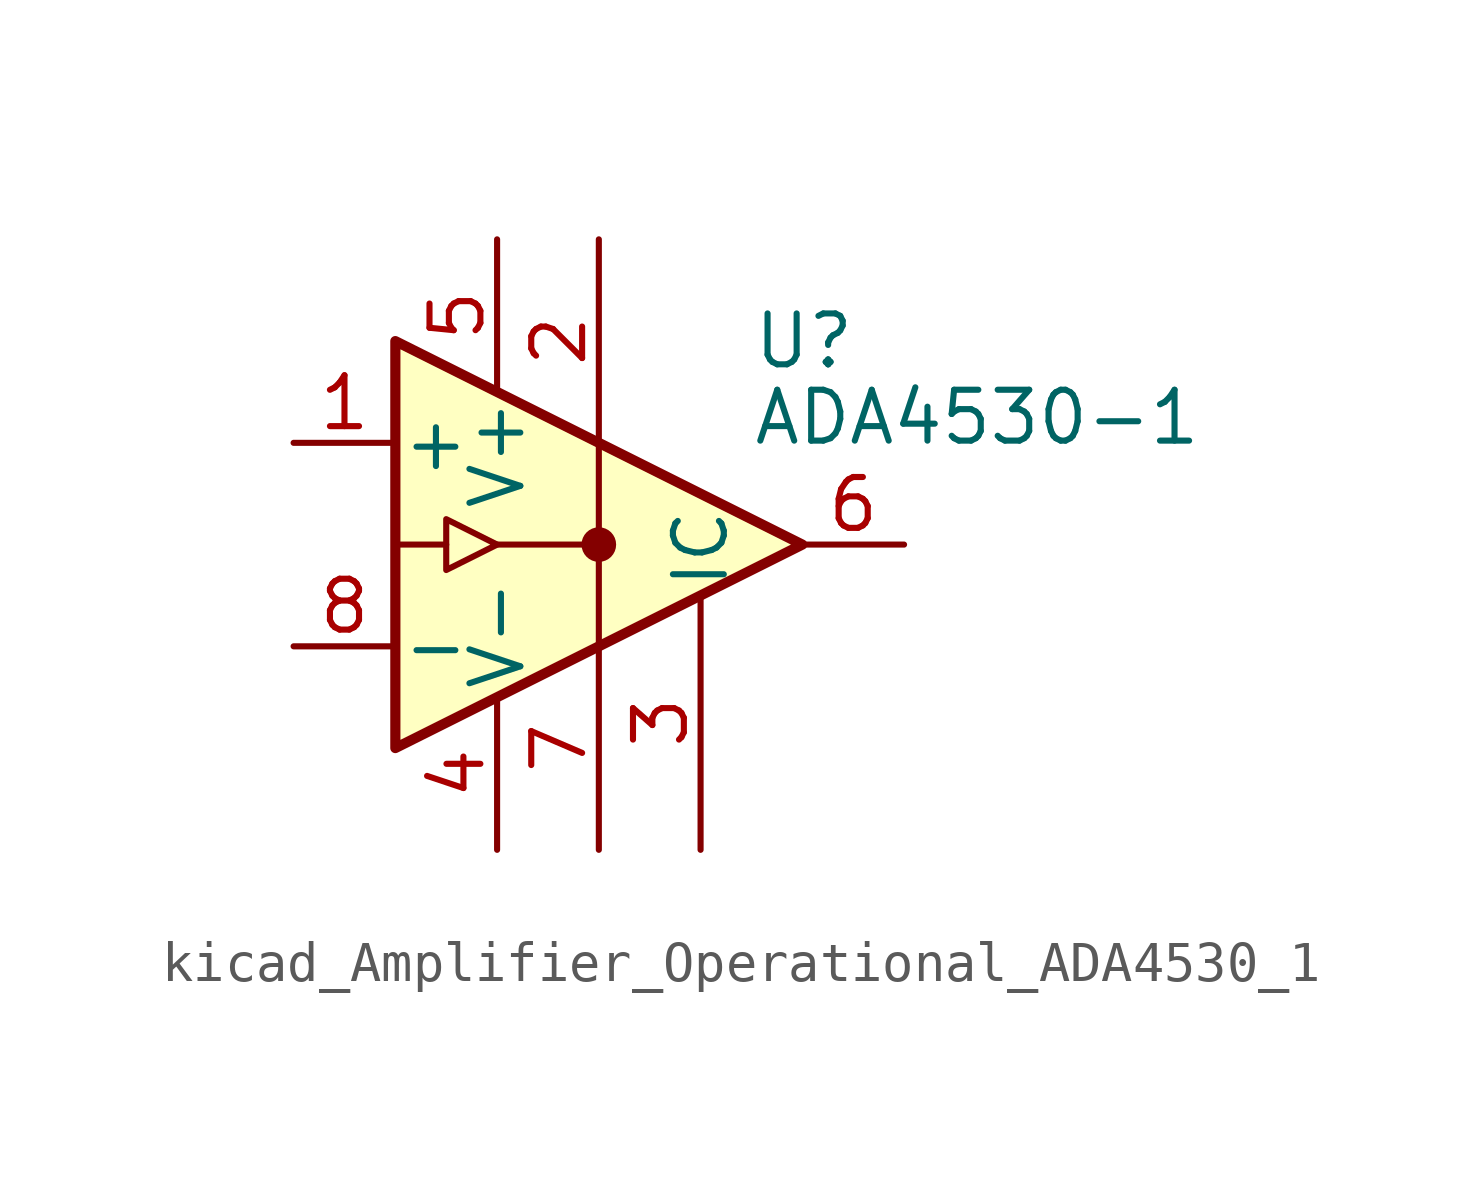
<source format=kicad_sym>
(kicad_symbol_lib
  (version 20220914)
  (generator kicad_symbol_editor)
  (symbol "kicad_Amplifier_Operational_ADA4530_1"
    (pin_names
      (offset 0.127))
    (property "Reference" "U"
      (at 3.81 5.08 0)
      (effects (font (size 1.27 1.27)) (justify left)))
    (property "Value" "ADA4530-1"
      (at 3.81 3.175 0)
      (effects (font (size 1.27 1.27)) (justify left)))
    (symbol "kicad_Amplifier_Operational_ADA4530_1_0_1"
      (polyline (pts (xy -3.81 0) (xy -5.08 0)) (stroke (width 0) (type default)) (fill (type none)))
      (polyline (pts (xy -2.54 0) (xy 0 0)) (stroke (width 0) (type default)) (fill (type none)))
      (polyline (pts (xy 0 2.54) (xy 0 -2.54)) (stroke (width 0) (type default)) (fill (type none)))
      (polyline (pts (xy -5.08 5.08) (xy 5.08 0) (xy -5.08 -5.08) (xy -5.08 5.08)) (stroke (width 0.254) (type default)) (fill (type background)))
      (polyline (pts (xy -3.81 -0.635) (xy -3.81 0.635) (xy -2.54 0) (xy -3.81 -0.635)) (stroke (width 0) (type default)) (fill (type none)))
      (circle (center 0 0) (radius 0.356) (stroke (width 0) (type default)) (fill (type outline))))
    (symbol "kicad_Amplifier_Operational_ADA4530_1_1_1"
      (pin input line (at -7.62 2.54 0) (length 2.54) (name "+" (effects (font (size 1.27 1.27)))) (number "1" (effects (font (size 1.27 1.27)))))
      (pin passive line (at 0 7.62 270) (length 5.08) (name "~" (effects (font (size 1.27 1.27)))) (number "2" (effects (font (size 1.27 1.27)))))
      (pin passive line (at 2.54 -7.62 90) (length 6.35) (name "IC" (effects (font (size 1.27 1.27)))) (number "3" (effects (font (size 1.27 1.27)))))
      (pin power_in line (at -2.54 -7.62 90) (length 3.81) (name "V-" (effects (font (size 1.27 1.27)))) (number "4" (effects (font (size 1.27 1.27)))))
      (pin power_in line (at -2.54 7.62 270) (length 3.81) (name "V+" (effects (font (size 1.27 1.27)))) (number "5" (effects (font (size 1.27 1.27)))))
      (pin output line (at 7.62 0 180) (length 2.54) (name "~" (effects (font (size 1.27 1.27)))) (number "6" (effects (font (size 1.27 1.27)))))
      (pin passive line (at 0 -7.62 90) (length 5.08) (name "~" (effects (font (size 1.27 1.27)))) (number "7" (effects (font (size 1.27 1.27)))))
      (pin input line (at -7.62 -2.54 0) (length 2.54) (name "-" (effects (font (size 1.27 1.27)))) (number "8" (effects (font (size 1.27 1.27))))))))
</source>
